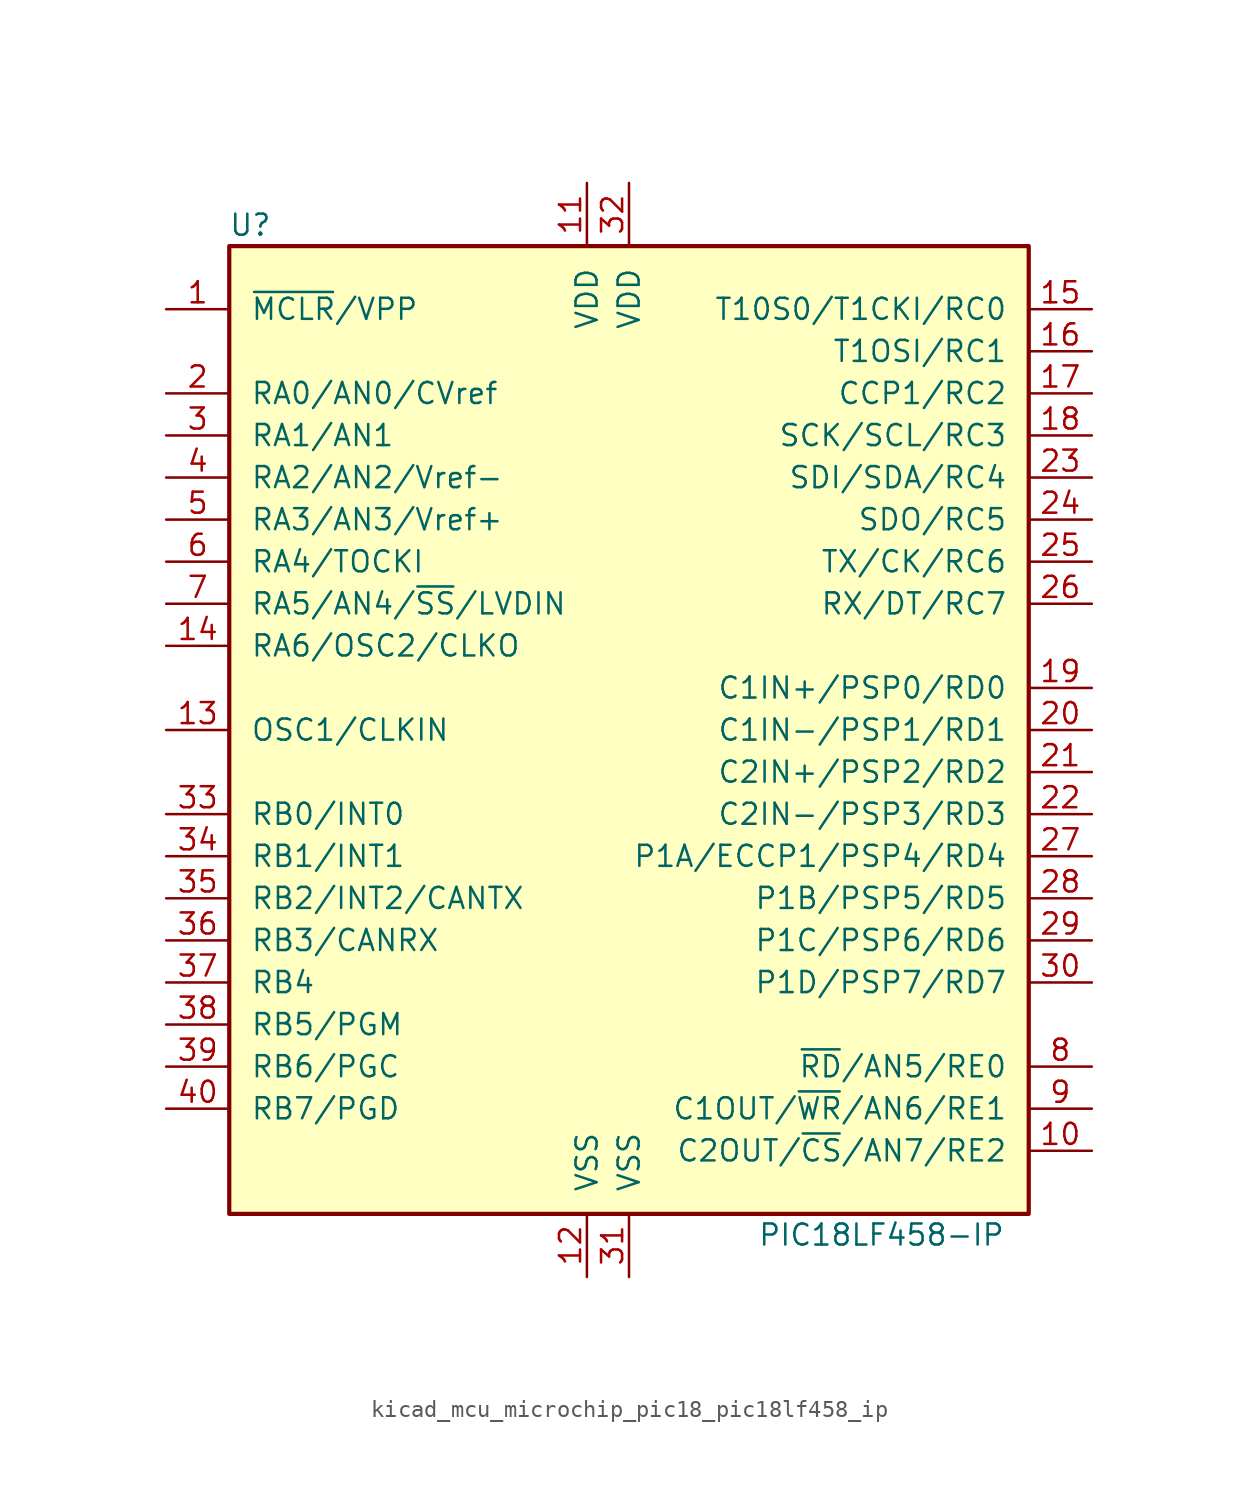
<source format=kicad_sym>
(kicad_symbol_lib
  (version 20220914)
  (generator kicad_symbol_editor)
  (symbol "kicad_mcu_microchip_pic18_pic18lf458_ip"
    (pin_names
      (offset 1.27))
    (property "Reference" "U"
      (at -22.86 30.48 0)
      (effects (font (size 1.27 1.27))))
    (property "Value" "PIC18LF458-IP"
      (at 15.24 -30.48 0)
      (effects (font (size 1.27 1.27))))
    (symbol "kicad_mcu_microchip_pic18_pic18lf458_ip_0_1"
      (rectangle (start -24.13 -29.21) (end 24.13 29.21) (stroke (width 0.254) (type default)) (fill (type background))))
    (symbol "kicad_mcu_microchip_pic18_pic18lf458_ip_1_1"
      (pin input line (at -27.94 25.4 0) (length 3.81) (name "~{MCLR}/VPP" (effects (font (size 1.27 1.27)))) (number "1" (effects (font (size 1.27 1.27)))))
      (pin bidirectional line (at 27.94 -25.4 180) (length 3.81) (name "C2OUT/~{CS}/AN7/RE2" (effects (font (size 1.27 1.27)))) (number "10" (effects (font (size 1.27 1.27)))))
      (pin power_in line (at -2.54 33.02 270) (length 3.81) (name "VDD" (effects (font (size 1.27 1.27)))) (number "11" (effects (font (size 1.27 1.27)))))
      (pin power_in line (at -2.54 -33.02 90) (length 3.81) (name "VSS" (effects (font (size 1.27 1.27)))) (number "12" (effects (font (size 1.27 1.27)))))
      (pin input line (at -27.94 0 0) (length 3.81) (name "OSC1/CLKIN" (effects (font (size 1.27 1.27)))) (number "13" (effects (font (size 1.27 1.27)))))
      (pin output line (at -27.94 5.08 0) (length 3.81) (name "RA6/OSC2/CLKO" (effects (font (size 1.27 1.27)))) (number "14" (effects (font (size 1.27 1.27)))))
      (pin bidirectional line (at 27.94 25.4 180) (length 3.81) (name "T10S0/T1CKI/RC0" (effects (font (size 1.27 1.27)))) (number "15" (effects (font (size 1.27 1.27)))))
      (pin bidirectional line (at 27.94 22.86 180) (length 3.81) (name "T1OSI/RC1" (effects (font (size 1.27 1.27)))) (number "16" (effects (font (size 1.27 1.27)))))
      (pin bidirectional line (at 27.94 20.32 180) (length 3.81) (name "CCP1/RC2" (effects (font (size 1.27 1.27)))) (number "17" (effects (font (size 1.27 1.27)))))
      (pin bidirectional line (at 27.94 17.78 180) (length 3.81) (name "SCK/SCL/RC3" (effects (font (size 1.27 1.27)))) (number "18" (effects (font (size 1.27 1.27)))))
      (pin bidirectional line (at 27.94 2.54 180) (length 3.81) (name "C1IN+/PSP0/RD0" (effects (font (size 1.27 1.27)))) (number "19" (effects (font (size 1.27 1.27)))))
      (pin bidirectional line (at -27.94 20.32 0) (length 3.81) (name "RA0/AN0/CVref" (effects (font (size 1.27 1.27)))) (number "2" (effects (font (size 1.27 1.27)))))
      (pin bidirectional line (at 27.94 0 180) (length 3.81) (name "C1IN-/PSP1/RD1" (effects (font (size 1.27 1.27)))) (number "20" (effects (font (size 1.27 1.27)))))
      (pin bidirectional line (at 27.94 -2.54 180) (length 3.81) (name "C2IN+/PSP2/RD2" (effects (font (size 1.27 1.27)))) (number "21" (effects (font (size 1.27 1.27)))))
      (pin bidirectional line (at 27.94 -5.08 180) (length 3.81) (name "C2IN-/PSP3/RD3" (effects (font (size 1.27 1.27)))) (number "22" (effects (font (size 1.27 1.27)))))
      (pin bidirectional line (at 27.94 15.24 180) (length 3.81) (name "SDI/SDA/RC4" (effects (font (size 1.27 1.27)))) (number "23" (effects (font (size 1.27 1.27)))))
      (pin bidirectional line (at 27.94 12.7 180) (length 3.81) (name "SDO/RC5" (effects (font (size 1.27 1.27)))) (number "24" (effects (font (size 1.27 1.27)))))
      (pin bidirectional line (at 27.94 10.16 180) (length 3.81) (name "TX/CK/RC6" (effects (font (size 1.27 1.27)))) (number "25" (effects (font (size 1.27 1.27)))))
      (pin bidirectional line (at 27.94 7.62 180) (length 3.81) (name "RX/DT/RC7" (effects (font (size 1.27 1.27)))) (number "26" (effects (font (size 1.27 1.27)))))
      (pin bidirectional line (at 27.94 -7.62 180) (length 3.81) (name "P1A/ECCP1/PSP4/RD4" (effects (font (size 1.27 1.27)))) (number "27" (effects (font (size 1.27 1.27)))))
      (pin bidirectional line (at 27.94 -10.16 180) (length 3.81) (name "P1B/PSP5/RD5" (effects (font (size 1.27 1.27)))) (number "28" (effects (font (size 1.27 1.27)))))
      (pin bidirectional line (at 27.94 -12.7 180) (length 3.81) (name "P1C/PSP6/RD6" (effects (font (size 1.27 1.27)))) (number "29" (effects (font (size 1.27 1.27)))))
      (pin bidirectional line (at -27.94 17.78 0) (length 3.81) (name "RA1/AN1" (effects (font (size 1.27 1.27)))) (number "3" (effects (font (size 1.27 1.27)))))
      (pin bidirectional line (at 27.94 -15.24 180) (length 3.81) (name "P1D/PSP7/RD7" (effects (font (size 1.27 1.27)))) (number "30" (effects (font (size 1.27 1.27)))))
      (pin power_in line (at 0 -33.02 90) (length 3.81) (name "VSS" (effects (font (size 1.27 1.27)))) (number "31" (effects (font (size 1.27 1.27)))))
      (pin power_in line (at 0 33.02 270) (length 3.81) (name "VDD" (effects (font (size 1.27 1.27)))) (number "32" (effects (font (size 1.27 1.27)))))
      (pin bidirectional line (at -27.94 -5.08 0) (length 3.81) (name "RB0/INT0" (effects (font (size 1.27 1.27)))) (number "33" (effects (font (size 1.27 1.27)))))
      (pin bidirectional line (at -27.94 -7.62 0) (length 3.81) (name "RB1/INT1" (effects (font (size 1.27 1.27)))) (number "34" (effects (font (size 1.27 1.27)))))
      (pin bidirectional line (at -27.94 -10.16 0) (length 3.81) (name "RB2/INT2/CANTX" (effects (font (size 1.27 1.27)))) (number "35" (effects (font (size 1.27 1.27)))))
      (pin bidirectional line (at -27.94 -12.7 0) (length 3.81) (name "RB3/CANRX" (effects (font (size 1.27 1.27)))) (number "36" (effects (font (size 1.27 1.27)))))
      (pin bidirectional line (at -27.94 -15.24 0) (length 3.81) (name "RB4" (effects (font (size 1.27 1.27)))) (number "37" (effects (font (size 1.27 1.27)))))
      (pin bidirectional line (at -27.94 -17.78 0) (length 3.81) (name "RB5/PGM" (effects (font (size 1.27 1.27)))) (number "38" (effects (font (size 1.27 1.27)))))
      (pin bidirectional line (at -27.94 -20.32 0) (length 3.81) (name "RB6/PGC" (effects (font (size 1.27 1.27)))) (number "39" (effects (font (size 1.27 1.27)))))
      (pin bidirectional line (at -27.94 15.24 0) (length 3.81) (name "RA2/AN2/Vref-" (effects (font (size 1.27 1.27)))) (number "4" (effects (font (size 1.27 1.27)))))
      (pin bidirectional line (at -27.94 -22.86 0) (length 3.81) (name "RB7/PGD" (effects (font (size 1.27 1.27)))) (number "40" (effects (font (size 1.27 1.27)))))
      (pin bidirectional line (at -27.94 12.7 0) (length 3.81) (name "RA3/AN3/Vref+" (effects (font (size 1.27 1.27)))) (number "5" (effects (font (size 1.27 1.27)))))
      (pin bidirectional line (at -27.94 10.16 0) (length 3.81) (name "RA4/TOCKI" (effects (font (size 1.27 1.27)))) (number "6" (effects (font (size 1.27 1.27)))))
      (pin bidirectional line (at -27.94 7.62 0) (length 3.81) (name "RA5/AN4/~{SS}/LVDIN" (effects (font (size 1.27 1.27)))) (number "7" (effects (font (size 1.27 1.27)))))
      (pin bidirectional line (at 27.94 -20.32 180) (length 3.81) (name "~{RD}/AN5/RE0" (effects (font (size 1.27 1.27)))) (number "8" (effects (font (size 1.27 1.27)))))
      (pin bidirectional line (at 27.94 -22.86 180) (length 3.81) (name "C1OUT/~{WR}/AN6/RE1" (effects (font (size 1.27 1.27)))) (number "9" (effects (font (size 1.27 1.27))))))))
</source>
